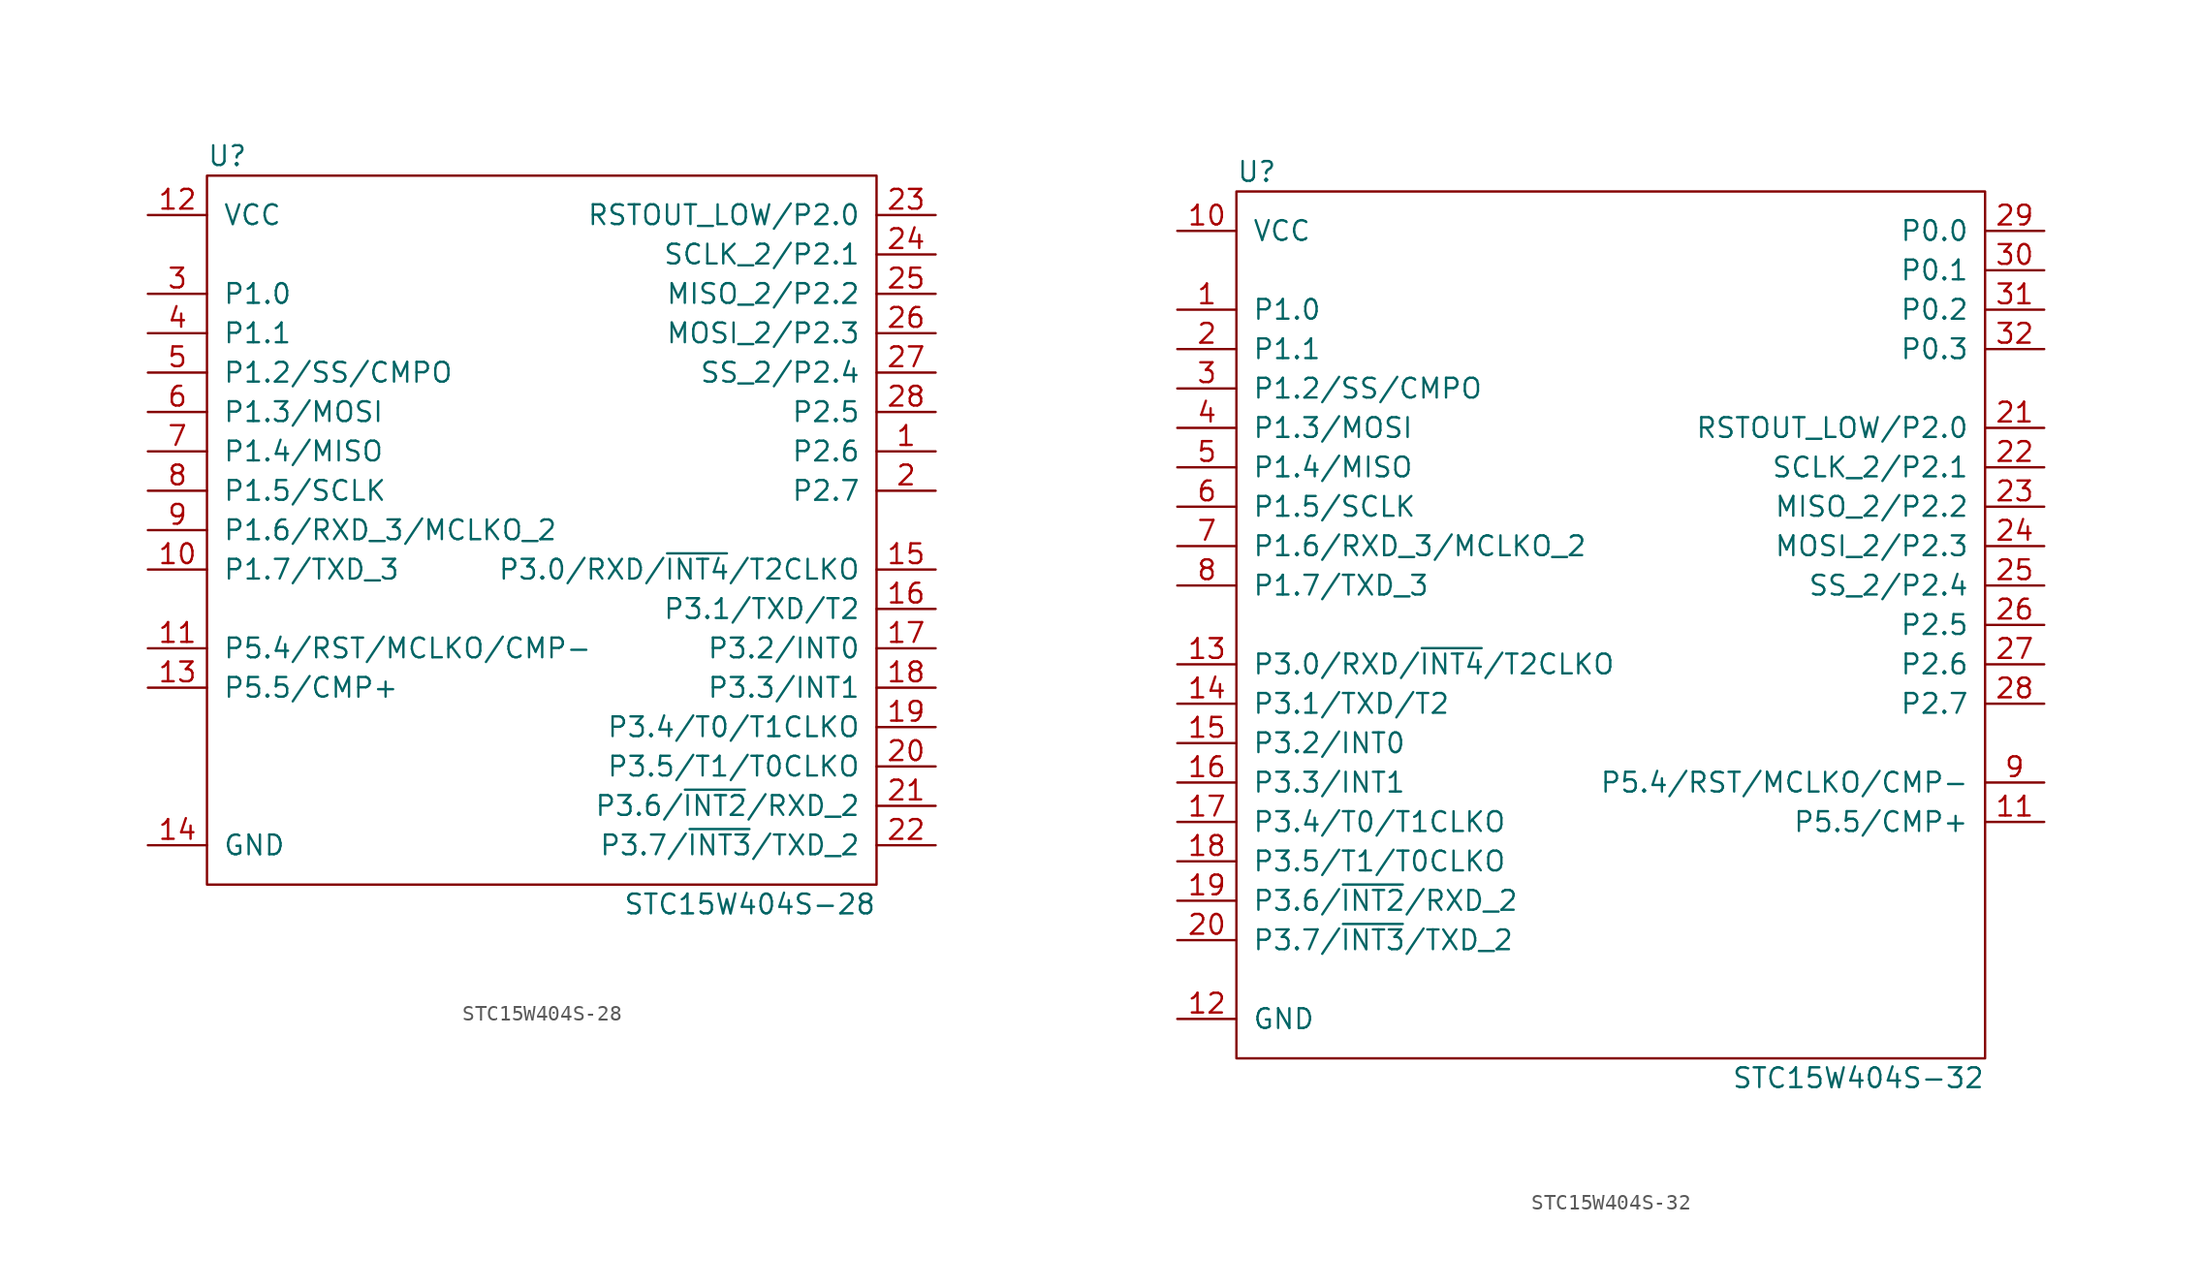
<source format=kicad_sym>
(kicad_symbol_lib
  (version 20211014)
  (generator kicad_symbol_editor)
  (symbol "STC15W404S-28"
    (pin_names
      (offset 1.016))
    (property "Reference" "U"
      (at -21.59 24.13 0)
      (effects (font (size 1.27 1.27)) (justify left)))
    (property "Value" "STC15W404S-28"
      (at 21.59 -24.13 0)
      (effects (font (size 1.27 1.27)) (justify right)))
    (symbol "STC15W404S-28_0_1"
      (rectangle (start -21.59 22.86) (end 21.59 -22.86) (stroke (width 0.152) (type default) (color 0 0 0 0)) (fill (type none))))
    (symbol "STC15W404S-28_1_1"
      (pin tri_state line (at 25.4 5.08 180) (length 3.81) (name "P2.6" (effects (font (size 1.27 1.27)))) (number "1" (effects (font (size 1.27 1.27)))))
      (pin tri_state line (at -25.4 -2.54 0) (length 3.81) (name "P1.7/TXD_3" (effects (font (size 1.27 1.27)))) (number "10" (effects (font (size 1.27 1.27)))))
      (pin tri_state line (at -25.4 -7.62 0) (length 3.81) (name "P5.4/RST/MCLKO/CMP-" (effects (font (size 1.27 1.27)))) (number "11" (effects (font (size 1.27 1.27)))))
      (pin power_in line (at -25.4 20.32 0) (length 3.81) (name "VCC" (effects (font (size 1.27 1.27)))) (number "12" (effects (font (size 1.27 1.27)))))
      (pin tri_state line (at -25.4 -10.16 0) (length 3.81) (name "P5.5/CMP+" (effects (font (size 1.27 1.27)))) (number "13" (effects (font (size 1.27 1.27)))))
      (pin power_in line (at -25.4 -20.32 0) (length 3.81) (name "GND" (effects (font (size 1.27 1.27)))) (number "14" (effects (font (size 1.27 1.27)))))
      (pin tri_state line (at 25.4 -2.54 180) (length 3.81) (name "P3.0/RXD/~{INT4}/T2CLKO" (effects (font (size 1.27 1.27)))) (number "15" (effects (font (size 1.27 1.27)))))
      (pin tri_state line (at 25.4 -5.08 180) (length 3.81) (name "P3.1/TXD/T2" (effects (font (size 1.27 1.27)))) (number "16" (effects (font (size 1.27 1.27)))))
      (pin tri_state line (at 25.4 -7.62 180) (length 3.81) (name "P3.2/INT0" (effects (font (size 1.27 1.27)))) (number "17" (effects (font (size 1.27 1.27)))))
      (pin tri_state line (at 25.4 -10.16 180) (length 3.81) (name "P3.3/INT1" (effects (font (size 1.27 1.27)))) (number "18" (effects (font (size 1.27 1.27)))))
      (pin tri_state line (at 25.4 -12.7 180) (length 3.81) (name "P3.4/T0/T1CLKO" (effects (font (size 1.27 1.27)))) (number "19" (effects (font (size 1.27 1.27)))))
      (pin tri_state line (at 25.4 2.54 180) (length 3.81) (name "P2.7" (effects (font (size 1.27 1.27)))) (number "2" (effects (font (size 1.27 1.27)))))
      (pin tri_state line (at 25.4 -15.24 180) (length 3.81) (name "P3.5/T1/T0CLKO" (effects (font (size 1.27 1.27)))) (number "20" (effects (font (size 1.27 1.27)))))
      (pin tri_state line (at 25.4 -17.78 180) (length 3.81) (name "P3.6/~{INT2}/RXD_2" (effects (font (size 1.27 1.27)))) (number "21" (effects (font (size 1.27 1.27)))))
      (pin tri_state line (at 25.4 -20.32 180) (length 3.81) (name "P3.7/~{INT3}/TXD_2" (effects (font (size 1.27 1.27)))) (number "22" (effects (font (size 1.27 1.27)))))
      (pin tri_state line (at 25.4 20.32 180) (length 3.81) (name "RSTOUT_LOW/P2.0" (effects (font (size 1.27 1.27)))) (number "23" (effects (font (size 1.27 1.27)))))
      (pin tri_state line (at 25.4 17.78 180) (length 3.81) (name "SCLK_2/P2.1" (effects (font (size 1.27 1.27)))) (number "24" (effects (font (size 1.27 1.27)))))
      (pin tri_state line (at 25.4 15.24 180) (length 3.81) (name "MISO_2/P2.2" (effects (font (size 1.27 1.27)))) (number "25" (effects (font (size 1.27 1.27)))))
      (pin tri_state line (at 25.4 12.7 180) (length 3.81) (name "MOSI_2/P2.3" (effects (font (size 1.27 1.27)))) (number "26" (effects (font (size 1.27 1.27)))))
      (pin tri_state line (at 25.4 10.16 180) (length 3.81) (name "SS_2/P2.4" (effects (font (size 1.27 1.27)))) (number "27" (effects (font (size 1.27 1.27)))))
      (pin tri_state line (at 25.4 7.62 180) (length 3.81) (name "P2.5" (effects (font (size 1.27 1.27)))) (number "28" (effects (font (size 1.27 1.27)))))
      (pin tri_state line (at -25.4 15.24 0) (length 3.81) (name "P1.0" (effects (font (size 1.27 1.27)))) (number "3" (effects (font (size 1.27 1.27)))))
      (pin tri_state line (at -25.4 12.7 0) (length 3.81) (name "P1.1" (effects (font (size 1.27 1.27)))) (number "4" (effects (font (size 1.27 1.27)))))
      (pin tri_state line (at -25.4 10.16 0) (length 3.81) (name "P1.2/SS/CMPO" (effects (font (size 1.27 1.27)))) (number "5" (effects (font (size 1.27 1.27)))))
      (pin tri_state line (at -25.4 7.62 0) (length 3.81) (name "P1.3/MOSI" (effects (font (size 1.27 1.27)))) (number "6" (effects (font (size 1.27 1.27)))))
      (pin tri_state line (at -25.4 5.08 0) (length 3.81) (name "P1.4/MISO" (effects (font (size 1.27 1.27)))) (number "7" (effects (font (size 1.27 1.27)))))
      (pin tri_state line (at -25.4 2.54 0) (length 3.81) (name "P1.5/SCLK" (effects (font (size 1.27 1.27)))) (number "8" (effects (font (size 1.27 1.27)))))
      (pin tri_state line (at -25.4 0 0) (length 3.81) (name "P1.6/RXD_3/MCLKO_2" (effects (font (size 1.27 1.27)))) (number "9" (effects (font (size 1.27 1.27)))))))
  (symbol "STC15W404S-32"
    (pin_names
      (offset 1.016))
    (property "Reference" "U"
      (at -24.13 29.21 0)
      (effects (font (size 1.27 1.27)) (justify left)))
    (property "Value" "STC15W404S-32"
      (at 24.13 -29.21 0)
      (effects (font (size 1.27 1.27)) (justify right)))
    (symbol "STC15W404S-32_0_1"
      (rectangle (start -24.13 27.94) (end 24.13 -27.94) (stroke (width 0.152) (type default) (color 0 0 0 0)) (fill (type none))))
    (symbol "STC15W404S-32_1_1"
      (pin tri_state line (at -27.94 20.32 0) (length 3.81) (name "P1.0" (effects (font (size 1.27 1.27)))) (number "1" (effects (font (size 1.27 1.27)))))
      (pin power_in line (at -27.94 25.4 0) (length 3.81) (name "VCC" (effects (font (size 1.27 1.27)))) (number "10" (effects (font (size 1.27 1.27)))))
      (pin tri_state line (at 27.94 -12.7 180) (length 3.81) (name "P5.5/CMP+" (effects (font (size 1.27 1.27)))) (number "11" (effects (font (size 1.27 1.27)))))
      (pin power_in line (at -27.94 -25.4 0) (length 3.81) (name "GND" (effects (font (size 1.27 1.27)))) (number "12" (effects (font (size 1.27 1.27)))))
      (pin tri_state line (at -27.94 -2.54 0) (length 3.81) (name "P3.0/RXD/~{INT4}/T2CLKO" (effects (font (size 1.27 1.27)))) (number "13" (effects (font (size 1.27 1.27)))))
      (pin tri_state line (at -27.94 -5.08 0) (length 3.81) (name "P3.1/TXD/T2" (effects (font (size 1.27 1.27)))) (number "14" (effects (font (size 1.27 1.27)))))
      (pin tri_state line (at -27.94 -7.62 0) (length 3.81) (name "P3.2/INT0" (effects (font (size 1.27 1.27)))) (number "15" (effects (font (size 1.27 1.27)))))
      (pin tri_state line (at -27.94 -10.16 0) (length 3.81) (name "P3.3/INT1" (effects (font (size 1.27 1.27)))) (number "16" (effects (font (size 1.27 1.27)))))
      (pin tri_state line (at -27.94 -12.7 0) (length 3.81) (name "P3.4/T0/T1CLKO" (effects (font (size 1.27 1.27)))) (number "17" (effects (font (size 1.27 1.27)))))
      (pin tri_state line (at -27.94 -15.24 0) (length 3.81) (name "P3.5/T1/T0CLKO" (effects (font (size 1.27 1.27)))) (number "18" (effects (font (size 1.27 1.27)))))
      (pin tri_state line (at -27.94 -17.78 0) (length 3.81) (name "P3.6/~{INT2}/RXD_2" (effects (font (size 1.27 1.27)))) (number "19" (effects (font (size 1.27 1.27)))))
      (pin tri_state line (at -27.94 17.78 0) (length 3.81) (name "P1.1" (effects (font (size 1.27 1.27)))) (number "2" (effects (font (size 1.27 1.27)))))
      (pin tri_state line (at -27.94 -20.32 0) (length 3.81) (name "P3.7/~{INT3}/TXD_2" (effects (font (size 1.27 1.27)))) (number "20" (effects (font (size 1.27 1.27)))))
      (pin tri_state line (at 27.94 12.7 180) (length 3.81) (name "RSTOUT_LOW/P2.0" (effects (font (size 1.27 1.27)))) (number "21" (effects (font (size 1.27 1.27)))))
      (pin tri_state line (at 27.94 10.16 180) (length 3.81) (name "SCLK_2/P2.1" (effects (font (size 1.27 1.27)))) (number "22" (effects (font (size 1.27 1.27)))))
      (pin tri_state line (at 27.94 7.62 180) (length 3.81) (name "MISO_2/P2.2" (effects (font (size 1.27 1.27)))) (number "23" (effects (font (size 1.27 1.27)))))
      (pin tri_state line (at 27.94 5.08 180) (length 3.81) (name "MOSI_2/P2.3" (effects (font (size 1.27 1.27)))) (number "24" (effects (font (size 1.27 1.27)))))
      (pin tri_state line (at 27.94 2.54 180) (length 3.81) (name "SS_2/P2.4" (effects (font (size 1.27 1.27)))) (number "25" (effects (font (size 1.27 1.27)))))
      (pin tri_state line (at 27.94 0 180) (length 3.81) (name "P2.5" (effects (font (size 1.27 1.27)))) (number "26" (effects (font (size 1.27 1.27)))))
      (pin tri_state line (at 27.94 -2.54 180) (length 3.81) (name "P2.6" (effects (font (size 1.27 1.27)))) (number "27" (effects (font (size 1.27 1.27)))))
      (pin tri_state line (at 27.94 -5.08 180) (length 3.81) (name "P2.7" (effects (font (size 1.27 1.27)))) (number "28" (effects (font (size 1.27 1.27)))))
      (pin tri_state line (at 27.94 25.4 180) (length 3.81) (name "P0.0" (effects (font (size 1.27 1.27)))) (number "29" (effects (font (size 1.27 1.27)))))
      (pin tri_state line (at -27.94 15.24 0) (length 3.81) (name "P1.2/SS/CMPO" (effects (font (size 1.27 1.27)))) (number "3" (effects (font (size 1.27 1.27)))))
      (pin tri_state line (at 27.94 22.86 180) (length 3.81) (name "P0.1" (effects (font (size 1.27 1.27)))) (number "30" (effects (font (size 1.27 1.27)))))
      (pin tri_state line (at 27.94 20.32 180) (length 3.81) (name "P0.2" (effects (font (size 1.27 1.27)))) (number "31" (effects (font (size 1.27 1.27)))))
      (pin tri_state line (at 27.94 17.78 180) (length 3.81) (name "P0.3" (effects (font (size 1.27 1.27)))) (number "32" (effects (font (size 1.27 1.27)))))
      (pin tri_state line (at -27.94 12.7 0) (length 3.81) (name "P1.3/MOSI" (effects (font (size 1.27 1.27)))) (number "4" (effects (font (size 1.27 1.27)))))
      (pin tri_state line (at -27.94 10.16 0) (length 3.81) (name "P1.4/MISO" (effects (font (size 1.27 1.27)))) (number "5" (effects (font (size 1.27 1.27)))))
      (pin tri_state line (at -27.94 7.62 0) (length 3.81) (name "P1.5/SCLK" (effects (font (size 1.27 1.27)))) (number "6" (effects (font (size 1.27 1.27)))))
      (pin tri_state line (at -27.94 5.08 0) (length 3.81) (name "P1.6/RXD_3/MCLKO_2" (effects (font (size 1.27 1.27)))) (number "7" (effects (font (size 1.27 1.27)))))
      (pin tri_state line (at -27.94 2.54 0) (length 3.81) (name "P1.7/TXD_3" (effects (font (size 1.27 1.27)))) (number "8" (effects (font (size 1.27 1.27)))))
      (pin tri_state line (at 27.94 -10.16 180) (length 3.81) (name "P5.4/RST/MCLKO/CMP-" (effects (font (size 1.27 1.27)))) (number "9" (effects (font (size 1.27 1.27))))))))
</source>
